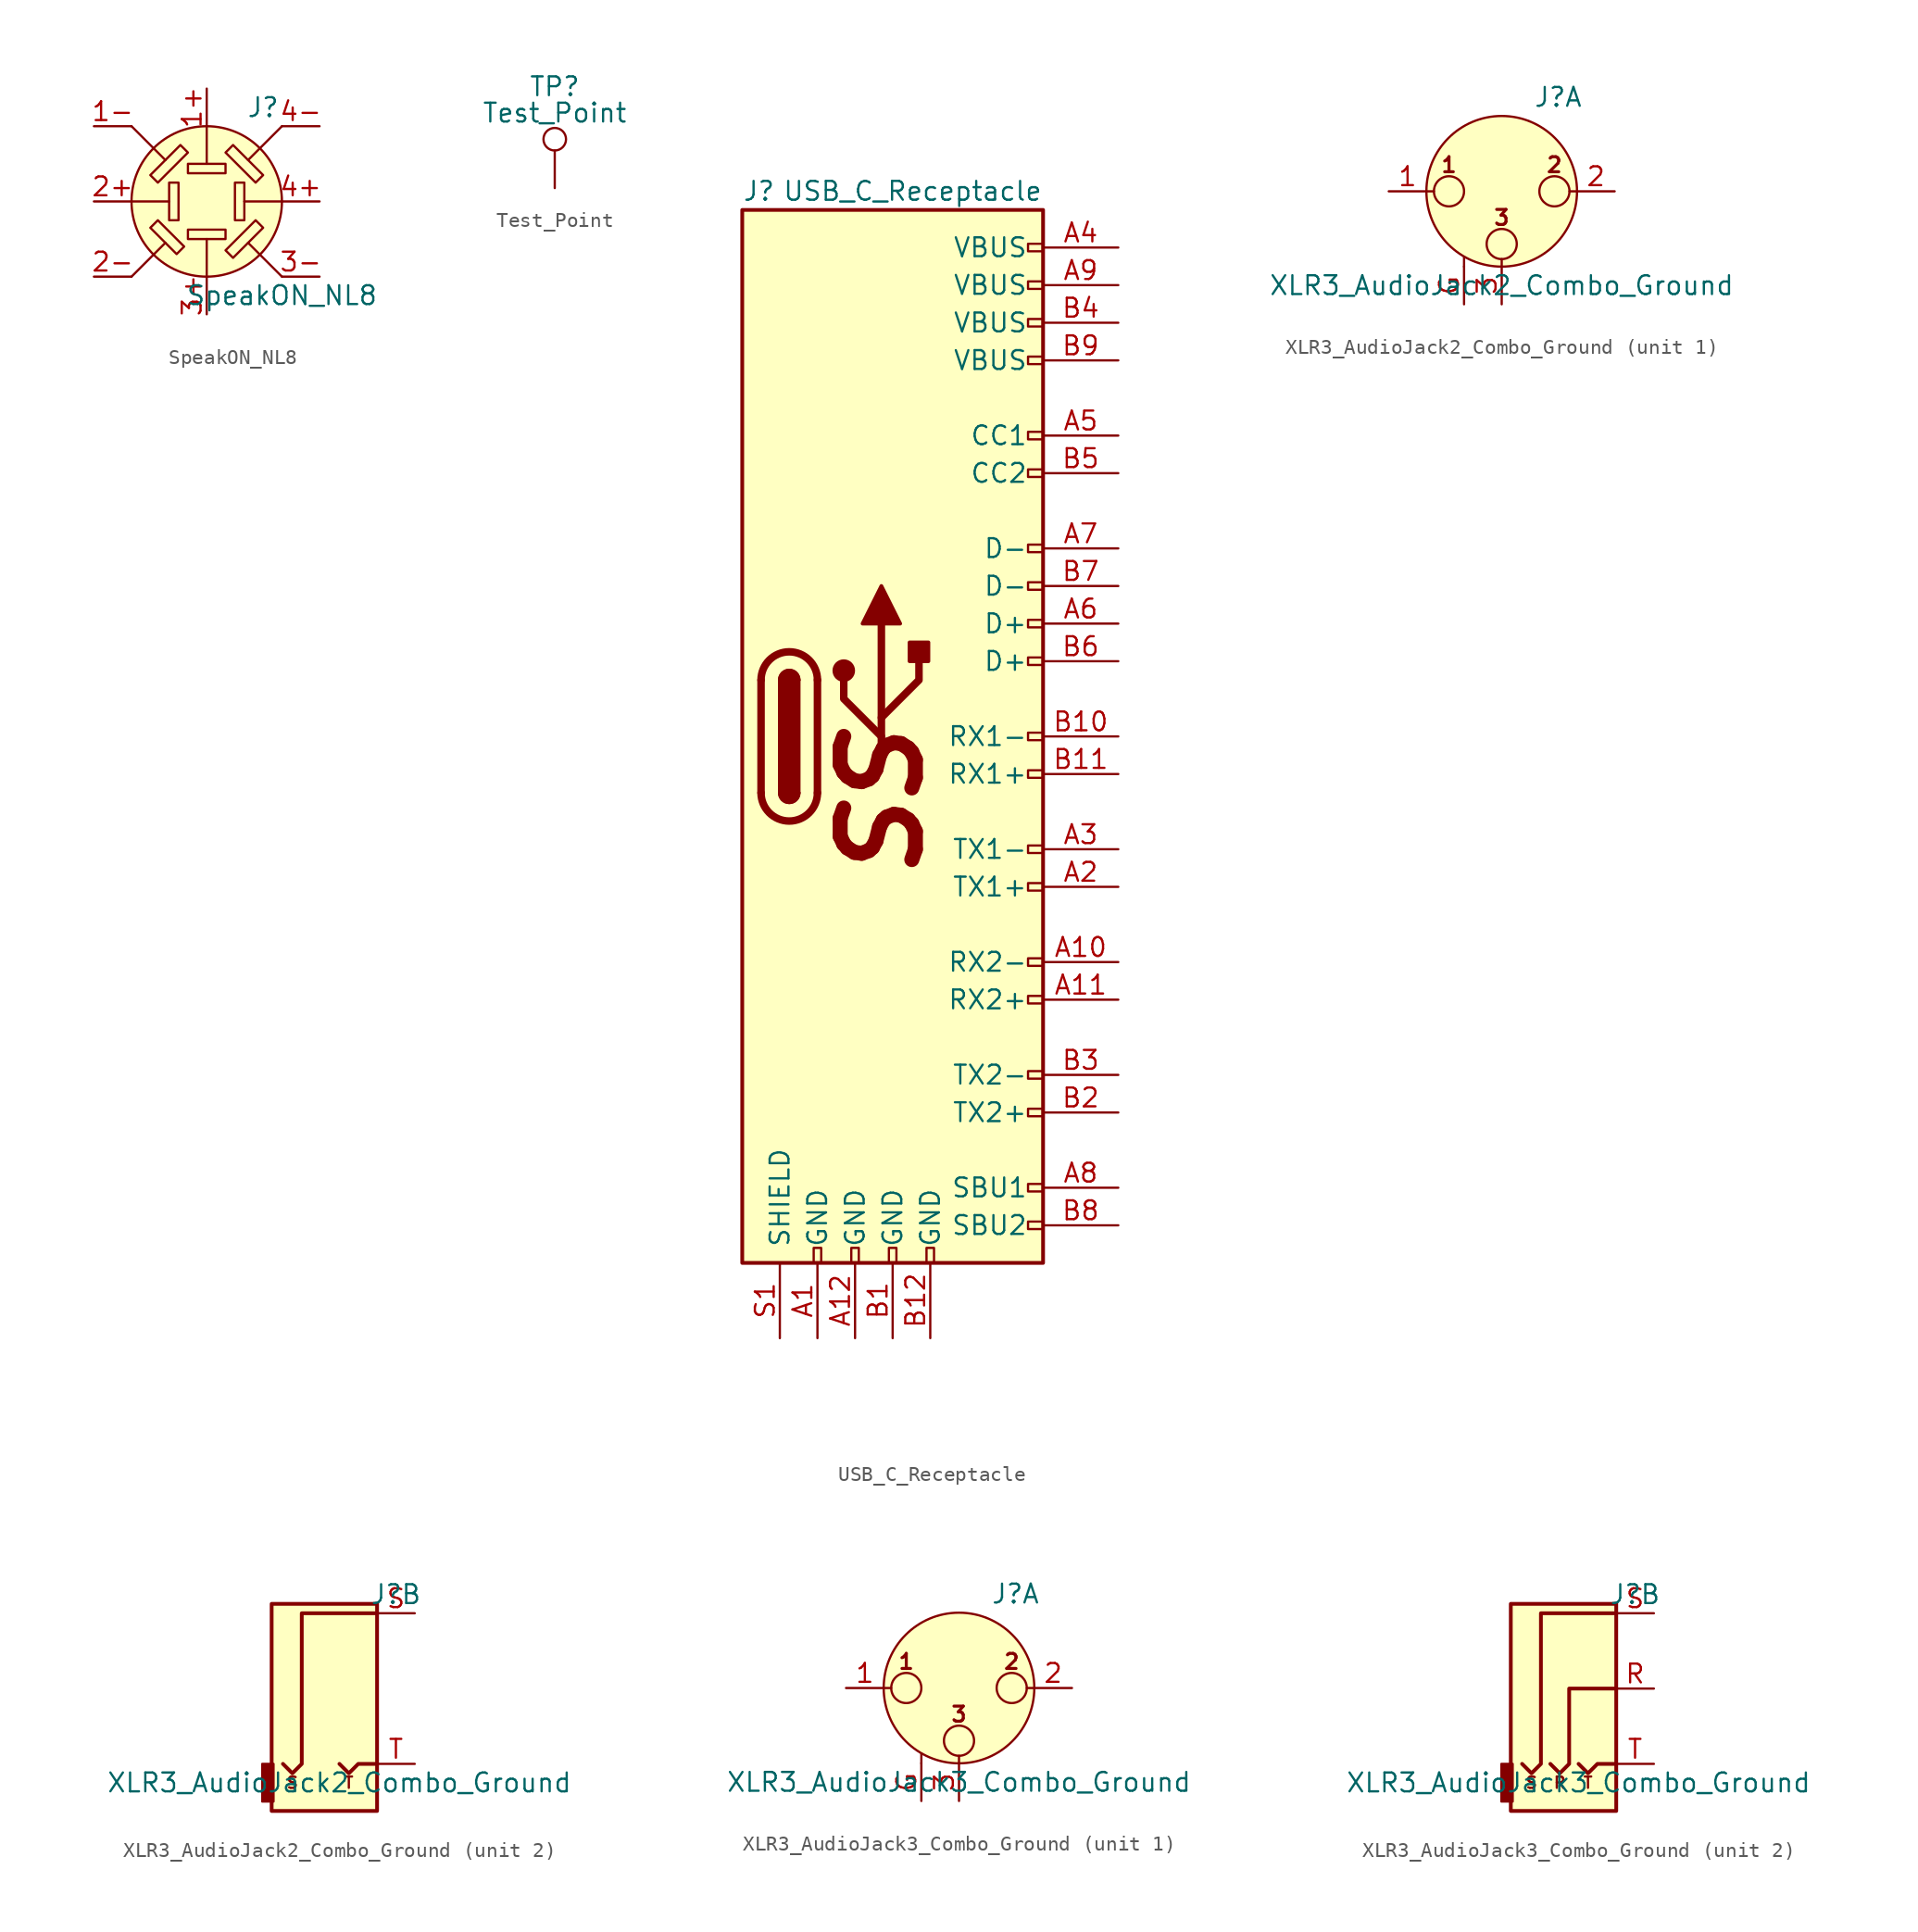
<source format=kicad_sym>
(kicad_symbol_lib
  (version 20201005)
  (generator kicad_symbol_editor)
  (symbol "SpeakON_NL8"
    (pin_names hide)
    (property "Reference" "J"
      (at 3.81 6.35 0)
      (effects (font (size 1.27 1.27))))
    (property "Value" "SpeakON_NL8"
      (at 5.08 -6.35 0)
      (effects (font (size 1.27 1.27))))
    (symbol "SpeakON_NL8_0_1"
      (circle (center 0 0) (radius 5.08) (stroke (width 0)) (fill (type background)))
      (rectangle (start -2.54 1.27) (end -1.905 -1.27) (stroke (width 0)) (fill (type none)))
      (rectangle (start -1.27 -2.54) (end 1.27 -1.905) (stroke (width 0)) (fill (type none)))
      (rectangle (start -1.27 2.54) (end 1.27 1.905) (stroke (width 0)) (fill (type none)))
      (rectangle (start 2.54 1.27) (end 1.905 -1.27) (stroke (width 0)) (fill (type none)))
      (polyline (pts (xy -5.08 -5.08) (xy -2.794 -2.794)) (stroke (width 0)) (fill (type none)))
      (polyline (pts (xy -5.08 0) (xy -2.54 0)) (stroke (width 0)) (fill (type none)))
      (polyline (pts (xy -2.794 2.794) (xy -5.08 5.08)) (stroke (width 0)) (fill (type none)))
      (polyline (pts (xy 0 -5.08) (xy 0 -2.54)) (stroke (width 0)) (fill (type none)))
      (polyline (pts (xy 0 5.08) (xy 0 2.54)) (stroke (width 0)) (fill (type none)))
      (polyline (pts (xy 5.08 -5.08) (xy 2.794 -2.794)) (stroke (width 0)) (fill (type none)))
      (polyline (pts (xy 5.08 0) (xy 2.54 0)) (stroke (width 0)) (fill (type none)))
      (polyline (pts (xy 5.08 5.08) (xy 2.794 2.794)) (stroke (width 0)) (fill (type none)))
      (polyline (pts (xy -3.302 -1.27) (xy -1.524 -3.048) (xy -2.032 -3.556) (xy -3.81 -1.778) (xy -3.302 -1.27)) (stroke (width 0)) (fill (type none)))
      (polyline (pts (xy -1.27 3.302) (xy -3.302 1.27) (xy -3.81 1.778) (xy -1.778 3.81) (xy -1.27 3.302)) (stroke (width 0)) (fill (type none)))
      (polyline (pts (xy 1.27 3.302) (xy 3.302 1.27) (xy 3.81 1.778) (xy 1.778 3.81) (xy 1.27 3.302)) (stroke (width 0)) (fill (type none)))
      (polyline (pts (xy 3.302 -1.27) (xy 1.27 -3.302) (xy 1.778 -3.81) (xy 3.81 -1.778) (xy 3.302 -1.27)) (stroke (width 0)) (fill (type none)))
      (pin passive line (at -7.62 5.08 0) (length 2.54) (name "1-" (effects (font (size 1.27 1.27)))) (number "1-" (effects (font (size 1.27 1.27)))))
      (pin passive line (at -7.62 0 0) (length 2.54) (name "2+" (effects (font (size 1.27 1.27)))) (number "2+" (effects (font (size 1.27 1.27)))))
      (pin passive line (at -7.62 -5.08 0) (length 2.54) (name "2-" (effects (font (size 1.27 1.27)))) (number "2-" (effects (font (size 1.27 1.27)))))
      (pin passive line (at 0 -7.62 90) (length 2.54) (name "3+" (effects (font (size 1.27 1.27)))) (number "3+" (effects (font (size 1.27 1.27)))))
      (pin passive line (at 7.62 -5.08 180) (length 2.54) (name "3-" (effects (font (size 1.27 1.27)))) (number "3-" (effects (font (size 1.27 1.27)))))
      (pin passive line (at 7.62 0 180) (length 2.54) (name "4+" (effects (font (size 1.27 1.27)))) (number "4+" (effects (font (size 1.27 1.27)))))
      (pin passive line (at 7.62 5.08 180) (length 2.54) (name "4-" (effects (font (size 1.27 1.27)))) (number "4-" (effects (font (size 1.27 1.27))))))
    (symbol "SpeakON_NL8_1_1"
      (pin passive line (at 0 7.62 270) (length 2.54) (name "1+" (effects (font (size 1.27 1.27)))) (number "1+" (effects (font (size 1.27 1.27)))))))
  (symbol "Test_Point"
    (pin_numbers hide)
    (pin_names
      (offset 0.762) hide)
    (property "Reference" "TP"
      (at 0 6.858 0)
      (effects (font (size 1.27 1.27))))
    (property "Value" "Test_Point"
      (at 0 5.08 0)
      (effects (font (size 1.27 1.27))))
    (symbol "Test_Point_0_1"
      (circle (center 0 3.302) (radius 0.762) (stroke (width 0)) (fill (type none))))
    (symbol "Test_Point_1_1"
      (pin passive line (at 0 0 90) (length 2.54) (name "1" (effects (font (size 1.27 1.27)))) (number "1" (effects (font (size 1.27 1.27)))))))
  (symbol "USB_C_Receptacle"
    (pin_names
      (offset 1.016))
    (property "Reference" "J"
      (at -10.16 36.83 0)
      (effects (font (size 1.27 1.27)) (justify left)))
    (property "Value" "USB_C_Receptacle"
      (at 10.16 36.83 0)
      (effects (font (size 1.27 1.27)) (justify right)))
    (symbol "USB_C_Receptacle_0_0"
      (text "SS" (at -0.762 -4.445 900) (effects (font (size 5.08 5.08) bold italic)))
      (rectangle (start -5.334 -35.56) (end -4.826 -34.544) (stroke (width 0)) (fill (type none)))
      (rectangle (start -2.794 -35.56) (end -2.286 -34.544) (stroke (width 0)) (fill (type none)))
      (rectangle (start -0.254 -35.56) (end 0.254 -34.544) (stroke (width 0)) (fill (type none)))
      (rectangle (start 2.286 -35.56) (end 2.794 -34.544) (stroke (width 0)) (fill (type none)))
      (rectangle (start 10.16 -32.766) (end 9.144 -33.274) (stroke (width 0)) (fill (type none)))
      (rectangle (start 10.16 -30.226) (end 9.144 -30.734) (stroke (width 0)) (fill (type none)))
      (rectangle (start 10.16 -25.146) (end 9.144 -25.654) (stroke (width 0)) (fill (type none)))
      (rectangle (start 10.16 -22.606) (end 9.144 -23.114) (stroke (width 0)) (fill (type none)))
      (rectangle (start 10.16 -17.526) (end 9.144 -18.034) (stroke (width 0)) (fill (type none)))
      (rectangle (start 10.16 -14.986) (end 9.144 -15.494) (stroke (width 0)) (fill (type none)))
      (rectangle (start 10.16 -9.906) (end 9.144 -10.414) (stroke (width 0)) (fill (type none)))
      (rectangle (start 10.16 -7.366) (end 9.144 -7.874) (stroke (width 0)) (fill (type none)))
      (rectangle (start 10.16 -2.286) (end 9.144 -2.794) (stroke (width 0)) (fill (type none)))
      (rectangle (start 10.16 0.254) (end 9.144 -0.254) (stroke (width 0)) (fill (type none)))
      (rectangle (start 10.16 5.334) (end 9.144 4.826) (stroke (width 0)) (fill (type none)))
      (rectangle (start 10.16 7.874) (end 9.144 7.366) (stroke (width 0)) (fill (type none)))
      (rectangle (start 10.16 10.414) (end 9.144 9.906) (stroke (width 0)) (fill (type none)))
      (rectangle (start 10.16 12.954) (end 9.144 12.446) (stroke (width 0)) (fill (type none)))
      (rectangle (start 10.16 18.034) (end 9.144 17.526) (stroke (width 0)) (fill (type none)))
      (rectangle (start 10.16 20.574) (end 9.144 20.066) (stroke (width 0)) (fill (type none)))
      (rectangle (start 10.16 25.654) (end 9.144 25.146) (stroke (width 0)) (fill (type none)))
      (rectangle (start 10.16 28.194) (end 9.144 27.686) (stroke (width 0)) (fill (type none)))
      (rectangle (start 10.16 30.734) (end 9.144 30.226) (stroke (width 0)) (fill (type none)))
      (rectangle (start 10.16 33.274) (end 9.144 32.766) (stroke (width 0)) (fill (type none))))
    (symbol "USB_C_Receptacle_0_1"
      (arc (start -8.89 -3.81) (end -5.08 -3.81) (radius (at -6.985 -3.81) (length 1.905) (angles -179.9 -0.1)) (stroke (width 0.508)) (fill (type none)))
      (arc (start -7.62 -3.81) (end -6.35 -3.81) (radius (at -6.985 -3.81) (length 0.635) (angles -179.9 -0.1)) (stroke (width 0.254)) (fill (type none)))
      (arc (start -7.62 -3.81) (end -6.35 -3.81) (radius (at -6.985 -3.81) (length 0.635) (angles -179.9 -0.1)) (stroke (width 0.254)) (fill (type outline)))
      (arc (start -6.35 3.81) (end -7.62 3.81) (radius (at -6.985 3.81) (length 0.635) (angles 0.1 179.9)) (stroke (width 0.254)) (fill (type outline)))
      (arc (start -6.35 3.81) (end -7.62 3.81) (radius (at -6.985 3.81) (length 0.635) (angles 0.1 179.9)) (stroke (width 0.254)) (fill (type none)))
      (arc (start -5.08 3.81) (end -8.89 3.81) (radius (at -6.985 3.81) (length 1.905) (angles 0.1 179.9)) (stroke (width 0.508)) (fill (type none)))
      (circle (center -3.302 4.445) (radius 0.635) (stroke (width 0.254)) (fill (type outline)))
      (rectangle (start -10.16 35.56) (end 10.16 -35.56) (stroke (width 0.254)) (fill (type background)))
      (rectangle (start -7.62 -3.81) (end -6.35 3.81) (stroke (width 0.254)) (fill (type outline)))
      (rectangle (start 1.143 5.08) (end 2.413 6.35) (stroke (width 0.254)) (fill (type outline)))
      (polyline (pts (xy -8.89 -3.81) (xy -8.89 3.81)) (stroke (width 0.508)) (fill (type none)))
      (polyline (pts (xy -5.08 3.81) (xy -5.08 -3.81)) (stroke (width 0.508)) (fill (type none)))
      (polyline (pts (xy -0.762 -1.27) (xy -0.762 7.62)) (stroke (width 0.508)) (fill (type none)))
      (polyline (pts (xy -0.762 0) (xy -3.302 2.54) (xy -3.302 3.81)) (stroke (width 0.508)) (fill (type none)))
      (polyline (pts (xy -0.762 1.27) (xy 1.778 3.81) (xy 1.778 5.08)) (stroke (width 0.508)) (fill (type none)))
      (polyline (pts (xy -2.032 7.62) (xy -0.762 10.16) (xy 0.508 7.62) (xy -2.032 7.62)) (stroke (width 0.254)) (fill (type outline))))
    (symbol "USB_C_Receptacle_1_1"
      (pin power_in line (at -5.08 -40.64 90) (length 5.08) (name "GND" (effects (font (size 1.27 1.27)))) (number "A1" (effects (font (size 1.27 1.27)))))
      (pin bidirectional line (at 15.24 -15.24 180) (length 5.08) (name "RX2-" (effects (font (size 1.27 1.27)))) (number "A10" (effects (font (size 1.27 1.27)))))
      (pin bidirectional line (at 15.24 -17.78 180) (length 5.08) (name "RX2+" (effects (font (size 1.27 1.27)))) (number "A11" (effects (font (size 1.27 1.27)))))
      (pin power_in line (at -2.54 -40.64 90) (length 5.08) (name "GND" (effects (font (size 1.27 1.27)))) (number "A12" (effects (font (size 1.27 1.27)))))
      (pin bidirectional line (at 15.24 -10.16 180) (length 5.08) (name "TX1+" (effects (font (size 1.27 1.27)))) (number "A2" (effects (font (size 1.27 1.27)))))
      (pin bidirectional line (at 15.24 -7.62 180) (length 5.08) (name "TX1-" (effects (font (size 1.27 1.27)))) (number "A3" (effects (font (size 1.27 1.27)))))
      (pin power_in line (at 15.24 33.02 180) (length 5.08) (name "VBUS" (effects (font (size 1.27 1.27)))) (number "A4" (effects (font (size 1.27 1.27)))))
      (pin bidirectional line (at 15.24 20.32 180) (length 5.08) (name "CC1" (effects (font (size 1.27 1.27)))) (number "A5" (effects (font (size 1.27 1.27)))))
      (pin bidirectional line (at 15.24 7.62 180) (length 5.08) (name "D+" (effects (font (size 1.27 1.27)))) (number "A6" (effects (font (size 1.27 1.27)))))
      (pin bidirectional line (at 15.24 12.7 180) (length 5.08) (name "D-" (effects (font (size 1.27 1.27)))) (number "A7" (effects (font (size 1.27 1.27)))))
      (pin bidirectional line (at 15.24 -30.48 180) (length 5.08) (name "SBU1" (effects (font (size 1.27 1.27)))) (number "A8" (effects (font (size 1.27 1.27)))))
      (pin power_in line (at 15.24 30.48 180) (length 5.08) (name "VBUS" (effects (font (size 1.27 1.27)))) (number "A9" (effects (font (size 1.27 1.27)))))
      (pin power_in line (at 0 -40.64 90) (length 5.08) (name "GND" (effects (font (size 1.27 1.27)))) (number "B1" (effects (font (size 1.27 1.27)))))
      (pin bidirectional line (at 15.24 0 180) (length 5.08) (name "RX1-" (effects (font (size 1.27 1.27)))) (number "B10" (effects (font (size 1.27 1.27)))))
      (pin bidirectional line (at 15.24 -2.54 180) (length 5.08) (name "RX1+" (effects (font (size 1.27 1.27)))) (number "B11" (effects (font (size 1.27 1.27)))))
      (pin power_in line (at 2.54 -40.64 90) (length 5.08) (name "GND" (effects (font (size 1.27 1.27)))) (number "B12" (effects (font (size 1.27 1.27)))))
      (pin bidirectional line (at 15.24 -25.4 180) (length 5.08) (name "TX2+" (effects (font (size 1.27 1.27)))) (number "B2" (effects (font (size 1.27 1.27)))))
      (pin bidirectional line (at 15.24 -22.86 180) (length 5.08) (name "TX2-" (effects (font (size 1.27 1.27)))) (number "B3" (effects (font (size 1.27 1.27)))))
      (pin power_in line (at 15.24 27.94 180) (length 5.08) (name "VBUS" (effects (font (size 1.27 1.27)))) (number "B4" (effects (font (size 1.27 1.27)))))
      (pin bidirectional line (at 15.24 17.78 180) (length 5.08) (name "CC2" (effects (font (size 1.27 1.27)))) (number "B5" (effects (font (size 1.27 1.27)))))
      (pin bidirectional line (at 15.24 5.08 180) (length 5.08) (name "D+" (effects (font (size 1.27 1.27)))) (number "B6" (effects (font (size 1.27 1.27)))))
      (pin bidirectional line (at 15.24 10.16 180) (length 5.08) (name "D-" (effects (font (size 1.27 1.27)))) (number "B7" (effects (font (size 1.27 1.27)))))
      (pin bidirectional line (at 15.24 -33.02 180) (length 5.08) (name "SBU2" (effects (font (size 1.27 1.27)))) (number "B8" (effects (font (size 1.27 1.27)))))
      (pin power_in line (at 15.24 25.4 180) (length 5.08) (name "VBUS" (effects (font (size 1.27 1.27)))) (number "B9" (effects (font (size 1.27 1.27)))))
      (pin passive line (at -7.62 -40.64 90) (length 5.08) (name "SHIELD" (effects (font (size 1.27 1.27)))) (number "S1" (effects (font (size 1.27 1.27)))))))
  (symbol "XLR3_AudioJack2_Combo_Ground"
    (pin_names hide)
    (property "Reference" "J"
      (at 3.81 6.35 0)
      (effects (font (size 1.27 1.27))))
    (property "Value" "XLR3_AudioJack2_Combo_Ground"
      (at 0 -6.35 0)
      (effects (font (size 1.27 1.27))))
    (symbol "XLR3_AudioJack2_Combo_Ground_1_1"
      (circle (center -3.556 0) (radius 1.016) (stroke (width 0)) (fill (type none)))
      (circle (center 0 -3.556) (radius 1.016) (stroke (width 0)) (fill (type none)))
      (circle (center 0 0) (radius 5.08) (stroke (width 0)) (fill (type background)))
      (circle (center 3.556 0) (radius 1.016) (stroke (width 0)) (fill (type none)))
      (text "1" (at -3.556 1.778 0) (effects (font (size 1.016 1.016) bold)))
      (text "2" (at 3.556 1.778 0) (effects (font (size 1.016 1.016) bold)))
      (text "3" (at 0 -1.778 0) (effects (font (size 1.016 1.016) bold)))
      (polyline (pts (xy -5.08 0) (xy -4.572 0)) (stroke (width 0)) (fill (type none)))
      (polyline (pts (xy -2.54 -5.08) (xy -2.54 -4.445)) (stroke (width 0)) (fill (type none)))
      (polyline (pts (xy 0 -5.08) (xy 0 -4.572)) (stroke (width 0)) (fill (type none)))
      (polyline (pts (xy 5.08 0) (xy 4.572 0)) (stroke (width 0)) (fill (type none)))
      (pin passive line (at -7.62 0 0) (length 2.54) (name "~" (effects (font (size 1.27 1.27)))) (number "1" (effects (font (size 1.27 1.27)))))
      (pin passive line (at 7.62 0 180) (length 2.54) (name "~" (effects (font (size 1.27 1.27)))) (number "2" (effects (font (size 1.27 1.27)))))
      (pin passive line (at 0 -7.62 90) (length 2.54) (name "~" (effects (font (size 1.27 1.27)))) (number "3" (effects (font (size 1.27 1.27)))))
      (pin passive line (at -2.54 -7.62 90) (length 2.54) (name "~" (effects (font (size 1.27 1.27)))) (number "G" (effects (font (size 1.27 1.27))))))
    (symbol "XLR3_AudioJack2_Combo_Ground_2_0"
      (text "S" (at -3.175 -6.35 0) (effects (font (size 0.762 0.762))))
      (text "T" (at 0.635 -6.35 0) (effects (font (size 0.762 0.762)))))
    (symbol "XLR3_AudioJack2_Combo_Ground_2_1"
      (rectangle (start -4.445 -7.62) (end -5.207 -5.08) (stroke (width 0)) (fill (type outline)))
      (rectangle (start 2.54 -8.255) (end -4.572 5.715) (stroke (width 0.254)) (fill (type background)))
      (polyline (pts (xy 0 -5.08) (xy 0.635 -5.715) (xy 1.27 -5.08) (xy 2.54 -5.08)) (stroke (width 0.254)) (fill (type none)))
      (polyline (pts (xy 2.54 5.08) (xy -2.54 5.08) (xy -2.54 -5.08) (xy -3.175 -5.715) (xy -3.81 -5.08)) (stroke (width 0.254)) (fill (type none)))
      (pin passive line (at 5.08 5.08 180) (length 2.54) (name "~" (effects (font (size 1.27 1.27)))) (number "S" (effects (font (size 1.27 1.27)))))
      (pin passive line (at 5.08 -5.08 180) (length 2.54) (name "~" (effects (font (size 1.27 1.27)))) (number "T" (effects (font (size 1.27 1.27)))))))
  (symbol "XLR3_AudioJack3_Combo_Ground"
    (pin_names hide)
    (property "Reference" "J"
      (at 3.81 6.35 0)
      (effects (font (size 1.27 1.27))))
    (property "Value" "XLR3_AudioJack3_Combo_Ground"
      (at 0 -6.35 0)
      (effects (font (size 1.27 1.27))))
    (symbol "XLR3_AudioJack3_Combo_Ground_1_1"
      (circle (center -3.556 0) (radius 1.016) (stroke (width 0)) (fill (type none)))
      (circle (center 0 -3.556) (radius 1.016) (stroke (width 0)) (fill (type none)))
      (circle (center 0 0) (radius 5.08) (stroke (width 0)) (fill (type background)))
      (circle (center 3.556 0) (radius 1.016) (stroke (width 0)) (fill (type none)))
      (text "1" (at -3.556 1.778 0) (effects (font (size 1.016 1.016) bold)))
      (text "2" (at 3.556 1.778 0) (effects (font (size 1.016 1.016) bold)))
      (text "3" (at 0 -1.778 0) (effects (font (size 1.016 1.016) bold)))
      (polyline (pts (xy -5.08 0) (xy -4.572 0)) (stroke (width 0)) (fill (type none)))
      (polyline (pts (xy -2.54 -5.08) (xy -2.54 -4.445)) (stroke (width 0)) (fill (type none)))
      (polyline (pts (xy 0 -5.08) (xy 0 -4.572)) (stroke (width 0)) (fill (type none)))
      (polyline (pts (xy 5.08 0) (xy 4.572 0)) (stroke (width 0)) (fill (type none)))
      (pin passive line (at -7.62 0 0) (length 2.54) (name "~" (effects (font (size 1.27 1.27)))) (number "1" (effects (font (size 1.27 1.27)))))
      (pin passive line (at 7.62 0 180) (length 2.54) (name "~" (effects (font (size 1.27 1.27)))) (number "2" (effects (font (size 1.27 1.27)))))
      (pin passive line (at 0 -7.62 90) (length 2.54) (name "~" (effects (font (size 1.27 1.27)))) (number "3" (effects (font (size 1.27 1.27)))))
      (pin passive line (at -2.54 -7.62 90) (length 2.54) (name "~" (effects (font (size 1.27 1.27)))) (number "G" (effects (font (size 1.27 1.27))))))
    (symbol "XLR3_AudioJack3_Combo_Ground_2_0"
      (text "R" (at -1.27 -6.35 0) (effects (font (size 0.762 0.762))))
      (text "S" (at -3.175 -6.35 0) (effects (font (size 0.762 0.762))))
      (text "T" (at 0.635 -6.35 0) (effects (font (size 0.762 0.762)))))
    (symbol "XLR3_AudioJack3_Combo_Ground_2_1"
      (rectangle (start -4.445 -7.62) (end -5.207 -5.08) (stroke (width 0)) (fill (type outline)))
      (rectangle (start 2.54 -8.255) (end -4.572 5.715) (stroke (width 0.254)) (fill (type background)))
      (polyline (pts (xy 0 -5.08) (xy 0.635 -5.715) (xy 1.27 -5.08) (xy 2.54 -5.08)) (stroke (width 0.254)) (fill (type none)))
      (polyline (pts (xy -1.905 -5.08) (xy -1.27 -5.715) (xy -0.635 -5.08) (xy -0.635 0) (xy 2.54 0)) (stroke (width 0.254)) (fill (type none)))
      (polyline (pts (xy 2.54 5.08) (xy -2.54 5.08) (xy -2.54 -5.08) (xy -3.175 -5.715) (xy -3.81 -5.08)) (stroke (width 0.254)) (fill (type none)))
      (pin passive line (at 5.08 0 180) (length 2.54) (name "~" (effects (font (size 1.27 1.27)))) (number "R" (effects (font (size 1.27 1.27)))))
      (pin passive line (at 5.08 5.08 180) (length 2.54) (name "~" (effects (font (size 1.27 1.27)))) (number "S" (effects (font (size 1.27 1.27)))))
      (pin passive line (at 5.08 -5.08 180) (length 2.54) (name "~" (effects (font (size 1.27 1.27)))) (number "T" (effects (font (size 1.27 1.27))))))))
</source>
